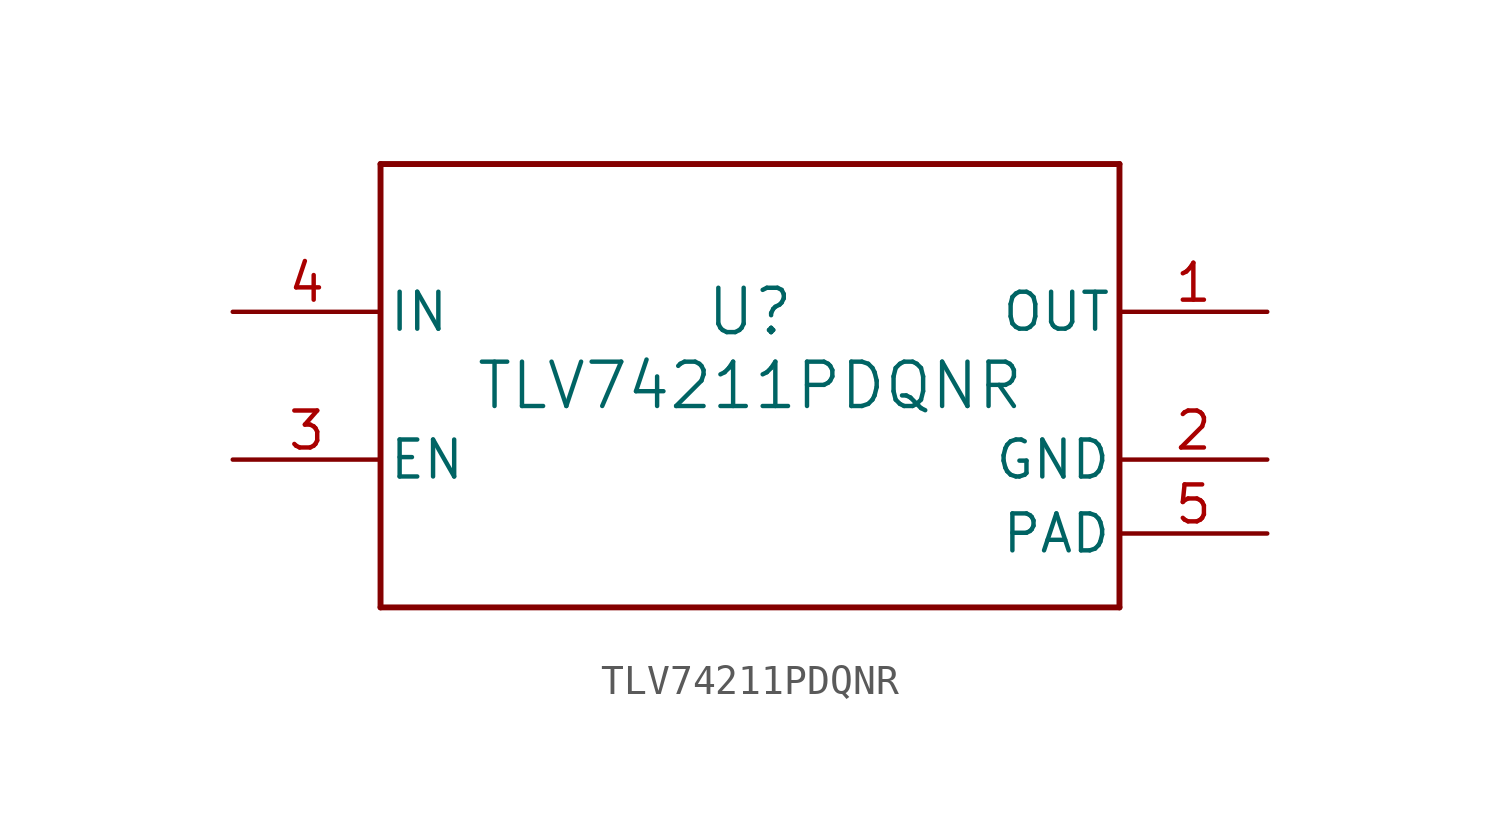
<source format=kicad_sym>
(kicad_symbol_lib
  (version 20211014)
  (generator kicad_symbol_editor)
  (symbol "TLV74211PDQNR"
    (pin_names
      (offset 0.254))
    (property "Reference" "U"
      (at 0 2.54 0)
      (effects (font (size 1.524 1.524))))
    (property "Value" "TLV74211PDQNR"
      (at 0 0 0)
      (effects (font (size 1.524 1.524))))
    (symbol "TLV74211PDQNR_0_1"
      (polyline (pts (xy -12.7 -7.62) (xy 12.7 -7.62)) (stroke (width 0.203) (type default) (color 0 0 0 0)) (fill (type none)))
      (polyline (pts (xy 12.7 -7.62) (xy 12.7 7.62)) (stroke (width 0.203) (type default) (color 0 0 0 0)) (fill (type none)))
      (polyline (pts (xy 12.7 7.62) (xy -12.7 7.62)) (stroke (width 0.203) (type default) (color 0 0 0 0)) (fill (type none)))
      (polyline (pts (xy -12.7 7.62) (xy -12.7 -7.62)) (stroke (width 0.203) (type default) (color 0 0 0 0)) (fill (type none)))
      (pin power_in line (at 17.78 2.54 180) (length 5.08) (name "OUT" (effects (font (size 1.27 1.27)))) (number "1" (effects (font (size 1.27 1.27)))))
      (pin power_in line (at 17.78 -2.54 180) (length 5.08) (name "GND" (effects (font (size 1.27 1.27)))) (number "2" (effects (font (size 1.27 1.27)))))
      (pin input line (at -17.78 -2.54 0) (length 5.08) (name "EN" (effects (font (size 1.27 1.27)))) (number "3" (effects (font (size 1.27 1.27)))))
      (pin power_in line (at -17.78 2.54 0) (length 5.08) (name "IN" (effects (font (size 1.27 1.27)))) (number "4" (effects (font (size 1.27 1.27)))))
      (pin power_in line (at 17.78 -5.08 180) (length 5.08) (name "PAD" (effects (font (size 1.27 1.27)))) (number "5" (effects (font (size 1.27 1.27))))))))
</source>
